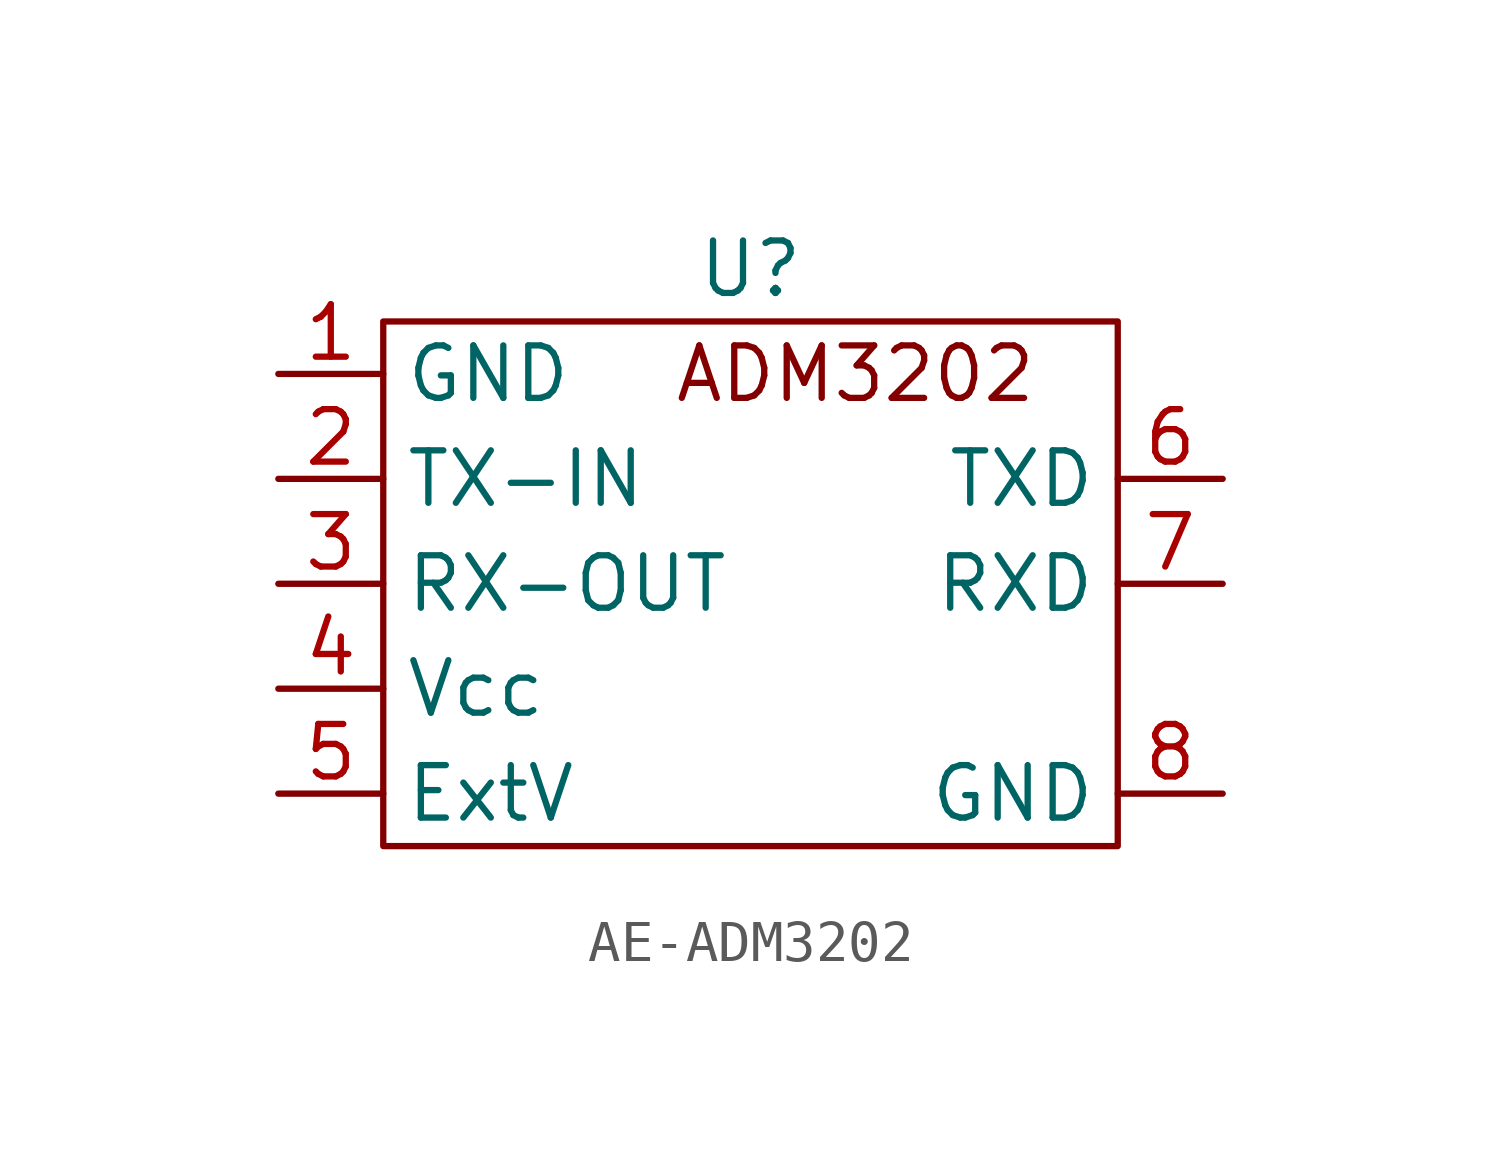
<source format=kicad_sym>
(kicad_symbol_lib
  (version 20220914)
  (generator kicad_symbol_editor)
  (symbol "AE-ADM3202"
    (property "Reference" "U"
      (at 0 0 0)
      (effects (font (size 1.27 1.27))))
    (property "Value" ""
      (at 0 0 0)
      (effects (font (size 1.27 1.27))))
    (symbol "AE-ADM3202_0_1"
      (rectangle (start -8.89 -1.27) (end 8.89 -13.97) (stroke (width 0) (type default)) (fill (type none))))
    (symbol "AE-ADM3202_1_1"
      (text "ADM3202" (at 2.54 -2.54 0) (effects (font (size 1.27 1.27))))
      (pin bidirectional line (at -11.43 -2.54 0) (length 2.54) (name "GND" (effects (font (size 1.27 1.27)))) (number "1" (effects (font (size 1.27 1.27)))))
      (pin input line (at -11.43 -5.08 0) (length 2.54) (name "TX-IN" (effects (font (size 1.27 1.27)))) (number "2" (effects (font (size 1.27 1.27)))))
      (pin output line (at -11.43 -7.62 0) (length 2.54) (name "RX-OUT" (effects (font (size 1.27 1.27)))) (number "3" (effects (font (size 1.27 1.27)))))
      (pin power_in line (at -11.43 -10.16 0) (length 2.54) (name "Vcc" (effects (font (size 1.27 1.27)))) (number "4" (effects (font (size 1.27 1.27)))))
      (pin power_in line (at -11.43 -12.7 0) (length 2.54) (name "ExtV" (effects (font (size 1.27 1.27)))) (number "5" (effects (font (size 1.27 1.27)))))
      (pin output line (at 11.43 -5.08 180) (length 2.54) (name "TXD" (effects (font (size 1.27 1.27)))) (number "6" (effects (font (size 1.27 1.27)))))
      (pin input line (at 11.43 -7.62 180) (length 2.54) (name "RXD" (effects (font (size 1.27 1.27)))) (number "7" (effects (font (size 1.27 1.27)))))
      (pin bidirectional line (at 11.43 -12.7 180) (length 2.54) (name "GND" (effects (font (size 1.27 1.27)))) (number "8" (effects (font (size 1.27 1.27))))))))
</source>
